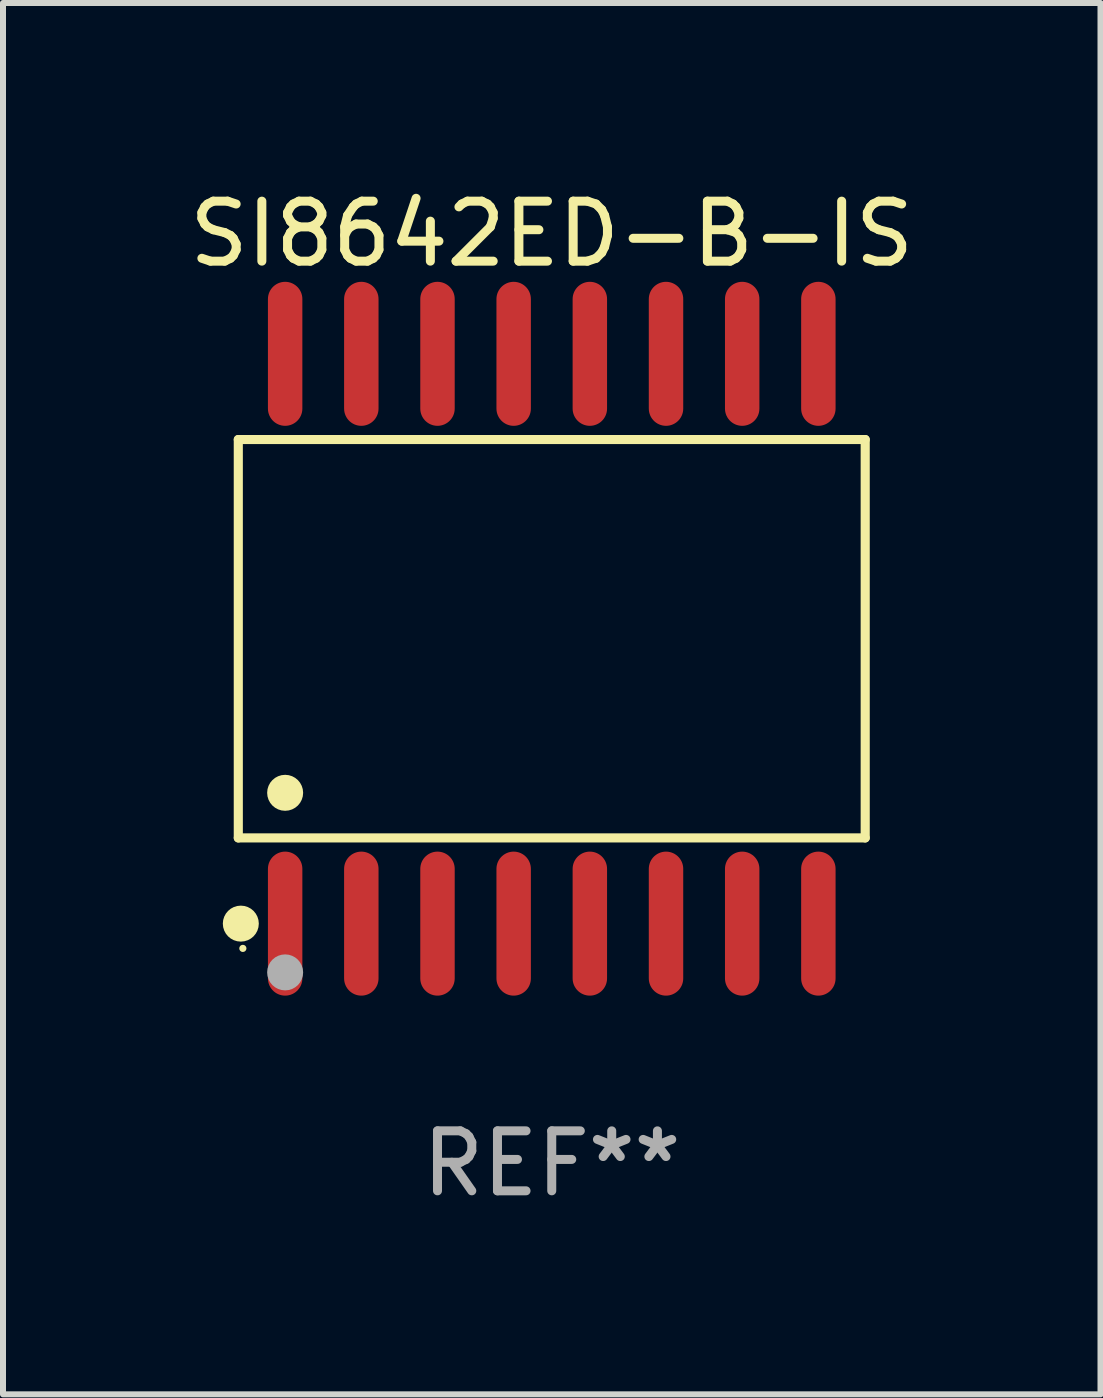
<source format=kicad_pcb>
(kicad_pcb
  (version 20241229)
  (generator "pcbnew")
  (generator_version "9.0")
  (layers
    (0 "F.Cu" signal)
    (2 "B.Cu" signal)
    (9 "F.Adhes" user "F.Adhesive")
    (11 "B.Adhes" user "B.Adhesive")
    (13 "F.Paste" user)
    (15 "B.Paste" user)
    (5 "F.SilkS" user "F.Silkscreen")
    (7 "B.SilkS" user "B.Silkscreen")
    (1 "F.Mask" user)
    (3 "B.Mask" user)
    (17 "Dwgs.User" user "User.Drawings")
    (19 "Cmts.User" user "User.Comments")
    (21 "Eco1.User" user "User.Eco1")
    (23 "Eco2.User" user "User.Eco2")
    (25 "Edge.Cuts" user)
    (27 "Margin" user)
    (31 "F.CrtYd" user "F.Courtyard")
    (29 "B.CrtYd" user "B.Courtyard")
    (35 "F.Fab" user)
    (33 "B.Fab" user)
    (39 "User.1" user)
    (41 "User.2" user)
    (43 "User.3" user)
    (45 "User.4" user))
  (footprint "SI8642ED-B-IS"
    (layer "F.Cu")
    (at 6.149 7.599)
    (property "Reference" "SI8642ED-B-IS" (at 0 -6.75 0) (layer "F.SilkS") (effects (font (size 1 1) (thickness 0.15))))
    (attr through_hole)
    (fp_line (start -5.226 -3.321) (end 5.226 -3.321) (stroke (width 0.152) (type solid)) (layer "F.SilkS"))
    (fp_line (start -5.226 3.321) (end -5.226 -3.321) (stroke (width 0.152) (type solid)) (layer "F.SilkS"))
    (fp_line (start 5.226 -3.321) (end 5.226 3.321) (stroke (width 0.152) (type solid)) (layer "F.SilkS"))
    (fp_line (start 5.226 3.321) (end -5.226 3.321) (stroke (width 0.152) (type solid)) (layer "F.SilkS"))
    (fp_circle (center -5.184 4.75) (end -5.034 4.75) (stroke (width 0.3) (type solid)) (fill no) (layer "F.SilkS"))
    (fp_circle (center -5.15 5.163) (end -5.12 5.163) (stroke (width 0.06) (type solid)) (fill no) (layer "F.SilkS"))
    (fp_circle (center -4.445 2.569) (end -4.295 2.569) (stroke (width 0.3) (type solid)) (fill no) (layer "F.SilkS"))
    (fp_circle (center -4.445 5.563) (end -4.295 5.563) (stroke (width 0.3) (type solid)) (fill no) (layer "F.Fab"))
    (fp_text user "REF**" (at 0 8.75 0) (layer "F.Fab") (effects (font (size 1 1) (thickness 0.15))))
    (pad "1" smd oval (at -4.445 4.75) (size 0.574 2.401) (layers "F.Cu" "F.Mask" "F.Paste"))
    (pad "2" smd oval (at -3.175 4.75) (size 0.574 2.401) (layers "F.Cu" "F.Mask" "F.Paste"))
    (pad "3" smd oval (at -1.905 4.75) (size 0.574 2.401) (layers "F.Cu" "F.Mask" "F.Paste"))
    (pad "4" smd oval (at -0.635 4.75) (size 0.574 2.401) (layers "F.Cu" "F.Mask" "F.Paste"))
    (pad "5" smd oval (at 0.635 4.75) (size 0.574 2.401) (layers "F.Cu" "F.Mask" "F.Paste"))
    (pad "6" smd oval (at 1.905 4.75) (size 0.574 2.401) (layers "F.Cu" "F.Mask" "F.Paste"))
    (pad "7" smd oval (at 3.175 4.75) (size 0.574 2.401) (layers "F.Cu" "F.Mask" "F.Paste"))
    (pad "8" smd oval (at 4.445 4.75) (size 0.574 2.401) (layers "F.Cu" "F.Mask" "F.Paste"))
    (pad "9" smd oval (at 4.445 -4.75) (size 0.574 2.401) (layers "F.Cu" "F.Mask" "F.Paste"))
    (pad "10" smd oval (at 3.175 -4.75) (size 0.574 2.401) (layers "F.Cu" "F.Mask" "F.Paste"))
    (pad "11" smd oval (at 1.905 -4.75) (size 0.574 2.401) (layers "F.Cu" "F.Mask" "F.Paste"))
    (pad "12" smd oval (at 0.635 -4.75) (size 0.574 2.401) (layers "F.Cu" "F.Mask" "F.Paste"))
    (pad "13" smd oval (at -0.635 -4.75) (size 0.574 2.401) (layers "F.Cu" "F.Mask" "F.Paste"))
    (pad "14" smd oval (at -1.905 -4.75) (size 0.574 2.401) (layers "F.Cu" "F.Mask" "F.Paste"))
    (pad "15" smd oval (at -3.175 -4.75) (size 0.574 2.401) (layers "F.Cu" "F.Mask" "F.Paste"))
    (pad "16" smd oval (at -4.445 -4.75) (size 0.574 2.401) (layers "F.Cu" "F.Mask" "F.Paste")))
  (gr_rect
    (start -3 -3)
    (end 15.298 20.197)
    (stroke (width 0.1) (type default))
    (fill no)
    (layer "Edge.Cuts")))
</source>
